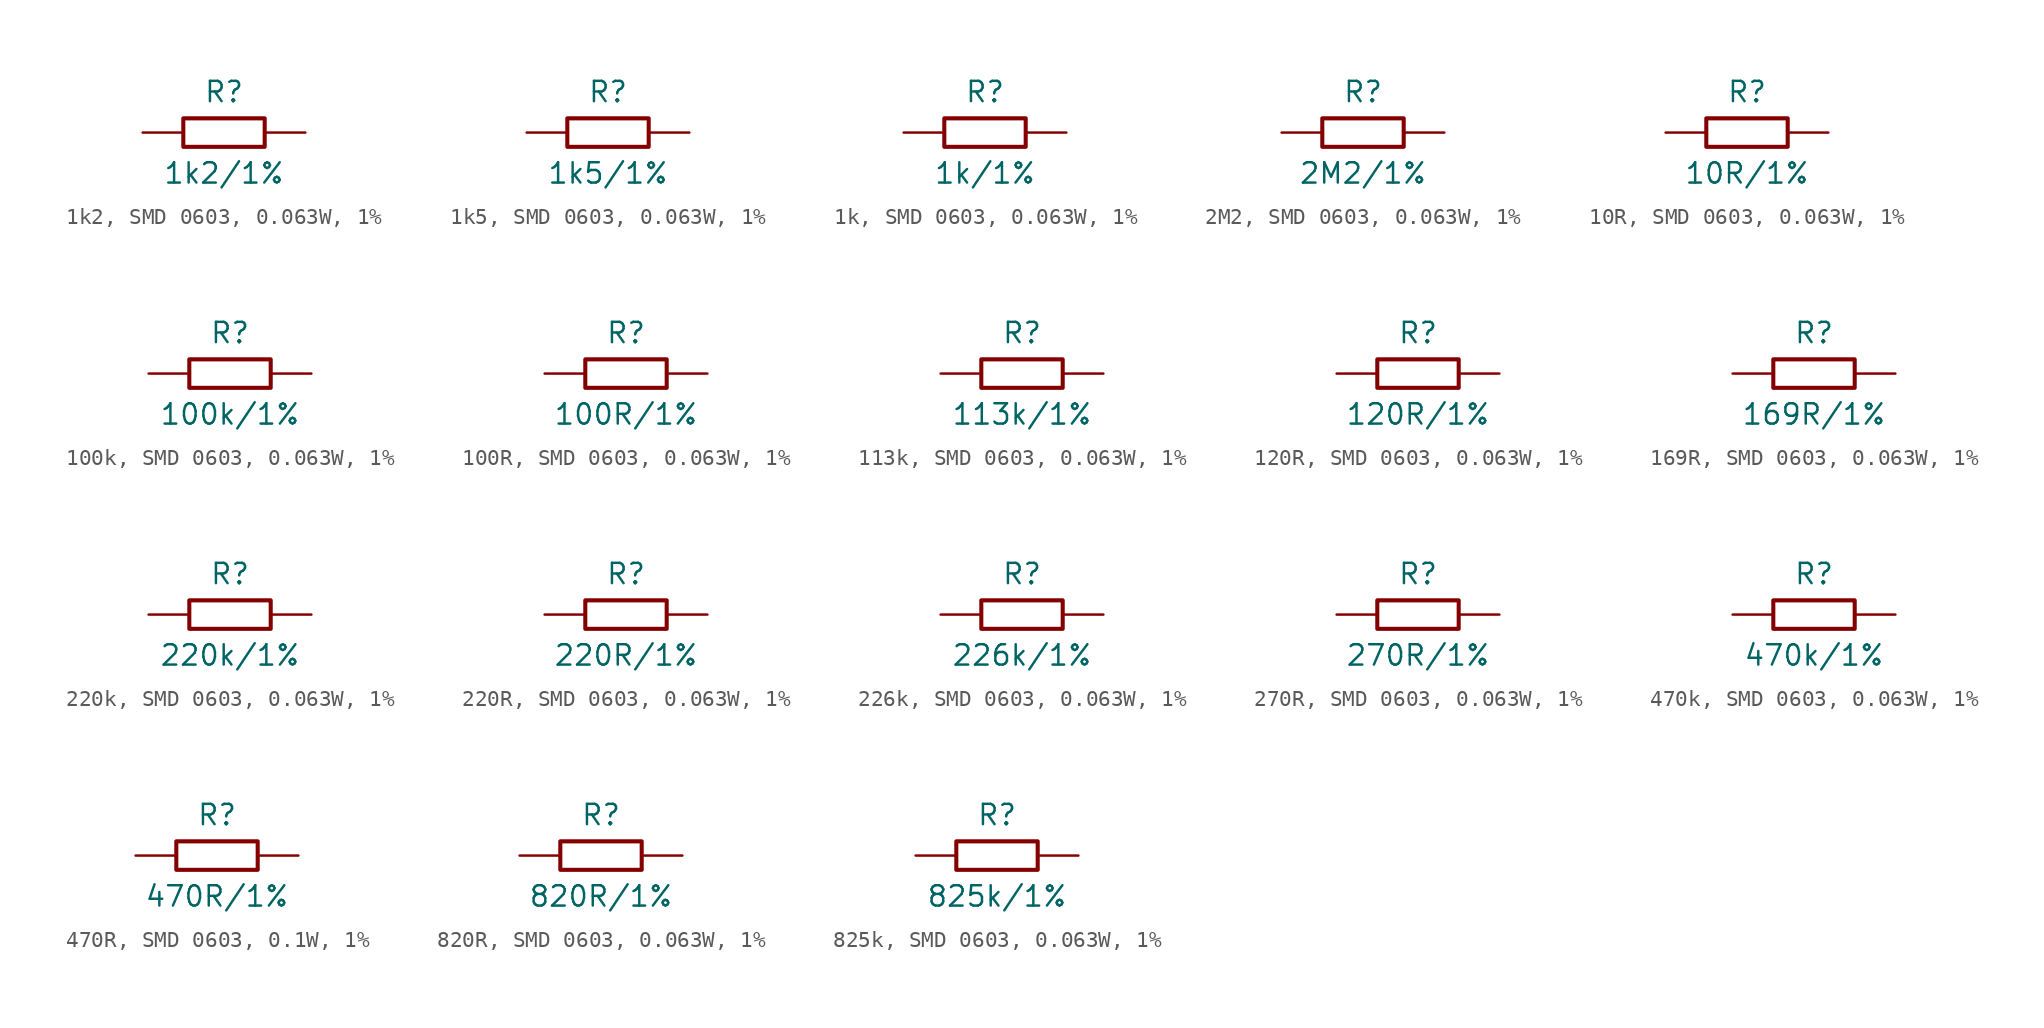
<source format=kicad_sym>
(kicad_symbol_lib
  (version 20241209)
  (generator "kicad_symbol_editor")
  (generator_version "9.0")
  (symbol "1k2, SMD 0603, 0.063W, 1%"
    (pin_numbers
      (hide yes))
    (pin_names
      (offset 0)
      (hide yes))
    (property "Reference" "R"
      (at 0 2.54 0)
      (effects (font (size 1.27 1.27))))
    (property "Value" "1k2/1%"
      (at 0 -2.54 0)
      (effects (font (size 1.27 1.27))))
    (symbol "1k2, SMD 0603, 0.063W, 1%_0_1"
      (rectangle (start -2.54 0.889) (end 2.54 -0.889) (stroke (width 0.254) (type default)) (fill (type none))))
    (symbol "1k2, SMD 0603, 0.063W, 1%_1_1"
      (pin passive line (at -5.08 0 0) (length 2.54) (name "1" (effects (font (size 1.27 1.27)))) (number "1" (effects (font (size 1.27 1.27)))))
      (pin passive line (at 5.08 0 180) (length 2.54) (name "2" (effects (font (size 1.27 1.27)))) (number "2" (effects (font (size 1.27 1.27)))))))
  (symbol "1k5, SMD 0603, 0.063W, 1%"
    (pin_numbers
      (hide yes))
    (pin_names
      (offset 0)
      (hide yes))
    (property "Reference" "R"
      (at 0 2.54 0)
      (effects (font (size 1.27 1.27))))
    (property "Value" "1k5/1%"
      (at 0 -2.54 0)
      (effects (font (size 1.27 1.27))))
    (symbol "1k5, SMD 0603, 0.063W, 1%_0_1"
      (rectangle (start -2.54 0.889) (end 2.54 -0.889) (stroke (width 0.254) (type default)) (fill (type none))))
    (symbol "1k5, SMD 0603, 0.063W, 1%_1_1"
      (pin passive line (at -5.08 0 0) (length 2.54) (name "1" (effects (font (size 1.27 1.27)))) (number "1" (effects (font (size 1.27 1.27)))))
      (pin passive line (at 5.08 0 180) (length 2.54) (name "2" (effects (font (size 1.27 1.27)))) (number "2" (effects (font (size 1.27 1.27)))))))
  (symbol "1k, SMD 0603, 0.063W, 1%"
    (pin_numbers
      (hide yes))
    (pin_names
      (offset 0)
      (hide yes))
    (property "Reference" "R"
      (at 0 2.54 0)
      (effects (font (size 1.27 1.27))))
    (property "Value" "1k/1%"
      (at 0 -2.54 0)
      (effects (font (size 1.27 1.27))))
    (symbol "1k, SMD 0603, 0.063W, 1%_0_1"
      (rectangle (start -2.54 0.889) (end 2.54 -0.889) (stroke (width 0.254) (type default)) (fill (type none))))
    (symbol "1k, SMD 0603, 0.063W, 1%_1_1"
      (pin passive line (at -5.08 0 0) (length 2.54) (name "1" (effects (font (size 1.27 1.27)))) (number "1" (effects (font (size 1.27 1.27)))))
      (pin passive line (at 5.08 0 180) (length 2.54) (name "2" (effects (font (size 1.27 1.27)))) (number "2" (effects (font (size 1.27 1.27)))))))
  (symbol "2M2, SMD 0603, 0.063W, 1%"
    (pin_numbers
      (hide yes))
    (pin_names
      (offset 0)
      (hide yes))
    (property "Reference" "R"
      (at 0 2.54 0)
      (effects (font (size 1.27 1.27))))
    (property "Value" "2M2/1%"
      (at 0 -2.54 0)
      (effects (font (size 1.27 1.27))))
    (symbol "2M2, SMD 0603, 0.063W, 1%_0_1"
      (rectangle (start -2.54 0.889) (end 2.54 -0.889) (stroke (width 0.254) (type default)) (fill (type none))))
    (symbol "2M2, SMD 0603, 0.063W, 1%_1_1"
      (pin passive line (at -5.08 0 0) (length 2.54) (name "1" (effects (font (size 1.27 1.27)))) (number "1" (effects (font (size 1.27 1.27)))))
      (pin passive line (at 5.08 0 180) (length 2.54) (name "2" (effects (font (size 1.27 1.27)))) (number "2" (effects (font (size 1.27 1.27)))))))
  (symbol "10R, SMD 0603, 0.063W, 1%"
    (pin_numbers
      (hide yes))
    (pin_names
      (offset 0)
      (hide yes))
    (property "Reference" "R"
      (at 0 2.54 0)
      (effects (font (size 1.27 1.27))))
    (property "Value" "10R/1%"
      (at 0 -2.54 0)
      (effects (font (size 1.27 1.27))))
    (symbol "10R, SMD 0603, 0.063W, 1%_0_1"
      (rectangle (start -2.54 0.889) (end 2.54 -0.889) (stroke (width 0.254) (type default)) (fill (type none))))
    (symbol "10R, SMD 0603, 0.063W, 1%_1_1"
      (pin passive line (at -5.08 0 0) (length 2.54) (name "1" (effects (font (size 1.27 1.27)))) (number "1" (effects (font (size 1.27 1.27)))))
      (pin passive line (at 5.08 0 180) (length 2.54) (name "2" (effects (font (size 1.27 1.27)))) (number "2" (effects (font (size 1.27 1.27)))))))
  (symbol "100k, SMD 0603, 0.063W, 1%"
    (pin_numbers
      (hide yes))
    (pin_names
      (offset 0)
      (hide yes))
    (property "Reference" "R"
      (at 0 2.54 0)
      (effects (font (size 1.27 1.27))))
    (property "Value" "100k/1%"
      (at 0 -2.54 0)
      (effects (font (size 1.27 1.27))))
    (symbol "100k, SMD 0603, 0.063W, 1%_0_1"
      (rectangle (start -2.54 0.889) (end 2.54 -0.889) (stroke (width 0.254) (type default)) (fill (type none))))
    (symbol "100k, SMD 0603, 0.063W, 1%_1_1"
      (pin passive line (at -5.08 0 0) (length 2.54) (name "1" (effects (font (size 1.27 1.27)))) (number "1" (effects (font (size 1.27 1.27)))))
      (pin passive line (at 5.08 0 180) (length 2.54) (name "2" (effects (font (size 1.27 1.27)))) (number "2" (effects (font (size 1.27 1.27)))))))
  (symbol "100R, SMD 0603, 0.063W, 1%"
    (pin_numbers
      (hide yes))
    (pin_names
      (offset 0)
      (hide yes))
    (property "Reference" "R"
      (at 0 2.54 0)
      (effects (font (size 1.27 1.27))))
    (property "Value" "100R/1%"
      (at 0 -2.54 0)
      (effects (font (size 1.27 1.27))))
    (symbol "100R, SMD 0603, 0.063W, 1%_0_1"
      (rectangle (start -2.54 0.889) (end 2.54 -0.889) (stroke (width 0.254) (type default)) (fill (type none))))
    (symbol "100R, SMD 0603, 0.063W, 1%_1_1"
      (pin passive line (at -5.08 0 0) (length 2.54) (name "1" (effects (font (size 1.27 1.27)))) (number "1" (effects (font (size 1.27 1.27)))))
      (pin passive line (at 5.08 0 180) (length 2.54) (name "2" (effects (font (size 1.27 1.27)))) (number "2" (effects (font (size 1.27 1.27)))))))
  (symbol "113k, SMD 0603, 0.063W, 1%"
    (pin_numbers
      (hide yes))
    (pin_names
      (offset 0)
      (hide yes))
    (property "Reference" "R"
      (at 0 2.54 0)
      (effects (font (size 1.27 1.27))))
    (property "Value" "113k/1%"
      (at 0 -2.54 0)
      (effects (font (size 1.27 1.27))))
    (symbol "113k, SMD 0603, 0.063W, 1%_0_1"
      (rectangle (start -2.54 0.889) (end 2.54 -0.889) (stroke (width 0.254) (type default)) (fill (type none))))
    (symbol "113k, SMD 0603, 0.063W, 1%_1_1"
      (pin passive line (at -5.08 0 0) (length 2.54) (name "1" (effects (font (size 1.27 1.27)))) (number "1" (effects (font (size 1.27 1.27)))))
      (pin passive line (at 5.08 0 180) (length 2.54) (name "2" (effects (font (size 1.27 1.27)))) (number "2" (effects (font (size 1.27 1.27)))))))
  (symbol "120R, SMD 0603, 0.063W, 1%"
    (pin_numbers
      (hide yes))
    (pin_names
      (offset 0)
      (hide yes))
    (property "Reference" "R"
      (at 0 2.54 0)
      (effects (font (size 1.27 1.27))))
    (property "Value" "120R/1%"
      (at 0 -2.54 0)
      (effects (font (size 1.27 1.27))))
    (symbol "120R, SMD 0603, 0.063W, 1%_0_1"
      (rectangle (start -2.54 0.889) (end 2.54 -0.889) (stroke (width 0.254) (type default)) (fill (type none))))
    (symbol "120R, SMD 0603, 0.063W, 1%_1_1"
      (pin passive line (at -5.08 0 0) (length 2.54) (name "1" (effects (font (size 1.27 1.27)))) (number "1" (effects (font (size 1.27 1.27)))))
      (pin passive line (at 5.08 0 180) (length 2.54) (name "2" (effects (font (size 1.27 1.27)))) (number "2" (effects (font (size 1.27 1.27)))))))
  (symbol "169R, SMD 0603, 0.063W, 1%"
    (pin_numbers
      (hide yes))
    (pin_names
      (offset 0)
      (hide yes))
    (property "Reference" "R"
      (at 0 2.54 0)
      (effects (font (size 1.27 1.27))))
    (property "Value" "169R/1%"
      (at 0 -2.54 0)
      (effects (font (size 1.27 1.27))))
    (symbol "169R, SMD 0603, 0.063W, 1%_0_1"
      (rectangle (start -2.54 0.889) (end 2.54 -0.889) (stroke (width 0.254) (type default)) (fill (type none))))
    (symbol "169R, SMD 0603, 0.063W, 1%_1_1"
      (pin passive line (at -5.08 0 0) (length 2.54) (name "1" (effects (font (size 1.27 1.27)))) (number "1" (effects (font (size 1.27 1.27)))))
      (pin passive line (at 5.08 0 180) (length 2.54) (name "2" (effects (font (size 1.27 1.27)))) (number "2" (effects (font (size 1.27 1.27)))))))
  (symbol "220k, SMD 0603, 0.063W, 1%"
    (pin_numbers
      (hide yes))
    (pin_names
      (offset 0)
      (hide yes))
    (property "Reference" "R"
      (at 0 2.54 0)
      (effects (font (size 1.27 1.27))))
    (property "Value" "220k/1%"
      (at 0 -2.54 0)
      (effects (font (size 1.27 1.27))))
    (symbol "220k, SMD 0603, 0.063W, 1%_0_1"
      (rectangle (start -2.54 0.889) (end 2.54 -0.889) (stroke (width 0.254) (type default)) (fill (type none))))
    (symbol "220k, SMD 0603, 0.063W, 1%_1_1"
      (pin passive line (at -5.08 0 0) (length 2.54) (name "1" (effects (font (size 1.27 1.27)))) (number "1" (effects (font (size 1.27 1.27)))))
      (pin passive line (at 5.08 0 180) (length 2.54) (name "2" (effects (font (size 1.27 1.27)))) (number "2" (effects (font (size 1.27 1.27)))))))
  (symbol "220R, SMD 0603, 0.063W, 1%"
    (pin_numbers
      (hide yes))
    (pin_names
      (offset 0)
      (hide yes))
    (property "Reference" "R"
      (at 0 2.54 0)
      (effects (font (size 1.27 1.27))))
    (property "Value" "220R/1%"
      (at 0 -2.54 0)
      (effects (font (size 1.27 1.27))))
    (symbol "220R, SMD 0603, 0.063W, 1%_0_1"
      (rectangle (start -2.54 0.889) (end 2.54 -0.889) (stroke (width 0.254) (type default)) (fill (type none))))
    (symbol "220R, SMD 0603, 0.063W, 1%_1_1"
      (pin passive line (at -5.08 0 0) (length 2.54) (name "1" (effects (font (size 1.27 1.27)))) (number "1" (effects (font (size 1.27 1.27)))))
      (pin passive line (at 5.08 0 180) (length 2.54) (name "2" (effects (font (size 1.27 1.27)))) (number "2" (effects (font (size 1.27 1.27)))))))
  (symbol "226k, SMD 0603, 0.063W, 1%"
    (pin_numbers
      (hide yes))
    (pin_names
      (offset 0)
      (hide yes))
    (property "Reference" "R"
      (at 0 2.54 0)
      (effects (font (size 1.27 1.27))))
    (property "Value" "226k/1%"
      (at 0 -2.54 0)
      (effects (font (size 1.27 1.27))))
    (symbol "226k, SMD 0603, 0.063W, 1%_0_1"
      (rectangle (start -2.54 0.889) (end 2.54 -0.889) (stroke (width 0.254) (type default)) (fill (type none))))
    (symbol "226k, SMD 0603, 0.063W, 1%_1_1"
      (pin passive line (at -5.08 0 0) (length 2.54) (name "1" (effects (font (size 1.27 1.27)))) (number "1" (effects (font (size 1.27 1.27)))))
      (pin passive line (at 5.08 0 180) (length 2.54) (name "2" (effects (font (size 1.27 1.27)))) (number "2" (effects (font (size 1.27 1.27)))))))
  (symbol "270R, SMD 0603, 0.063W, 1%"
    (pin_numbers
      (hide yes))
    (pin_names
      (offset 0)
      (hide yes))
    (property "Reference" "R"
      (at 0 2.54 0)
      (effects (font (size 1.27 1.27))))
    (property "Value" "270R/1%"
      (at 0 -2.54 0)
      (effects (font (size 1.27 1.27))))
    (symbol "270R, SMD 0603, 0.063W, 1%_0_1"
      (rectangle (start -2.54 0.889) (end 2.54 -0.889) (stroke (width 0.254) (type default)) (fill (type none))))
    (symbol "270R, SMD 0603, 0.063W, 1%_1_1"
      (pin passive line (at -5.08 0 0) (length 2.54) (name "1" (effects (font (size 1.27 1.27)))) (number "1" (effects (font (size 1.27 1.27)))))
      (pin passive line (at 5.08 0 180) (length 2.54) (name "2" (effects (font (size 1.27 1.27)))) (number "2" (effects (font (size 1.27 1.27)))))))
  (symbol "470k, SMD 0603, 0.063W, 1%"
    (pin_numbers
      (hide yes))
    (pin_names
      (offset 0)
      (hide yes))
    (property "Reference" "R"
      (at 0 2.54 0)
      (effects (font (size 1.27 1.27))))
    (property "Value" "470k/1%"
      (at 0 -2.54 0)
      (effects (font (size 1.27 1.27))))
    (symbol "470k, SMD 0603, 0.063W, 1%_0_1"
      (rectangle (start -2.54 0.889) (end 2.54 -0.889) (stroke (width 0.254) (type default)) (fill (type none))))
    (symbol "470k, SMD 0603, 0.063W, 1%_1_1"
      (pin passive line (at -5.08 0 0) (length 2.54) (name "1" (effects (font (size 1.27 1.27)))) (number "1" (effects (font (size 1.27 1.27)))))
      (pin passive line (at 5.08 0 180) (length 2.54) (name "2" (effects (font (size 1.27 1.27)))) (number "2" (effects (font (size 1.27 1.27)))))))
  (symbol "470R, SMD 0603, 0.1W, 1%"
    (pin_numbers
      (hide yes))
    (pin_names
      (offset 0)
      (hide yes))
    (property "Reference" "R"
      (at 0 2.54 0)
      (effects (font (size 1.27 1.27))))
    (property "Value" "470R/1%"
      (at 0 -2.54 0)
      (effects (font (size 1.27 1.27))))
    (symbol "470R, SMD 0603, 0.1W, 1%_0_1"
      (rectangle (start -2.54 0.889) (end 2.54 -0.889) (stroke (width 0.254) (type default)) (fill (type none))))
    (symbol "470R, SMD 0603, 0.1W, 1%_1_1"
      (pin passive line (at -5.08 0 0) (length 2.54) (name "1" (effects (font (size 1.27 1.27)))) (number "1" (effects (font (size 1.27 1.27)))))
      (pin passive line (at 5.08 0 180) (length 2.54) (name "2" (effects (font (size 1.27 1.27)))) (number "2" (effects (font (size 1.27 1.27)))))))
  (symbol "820R, SMD 0603, 0.063W, 1%"
    (pin_numbers
      (hide yes))
    (pin_names
      (offset 0)
      (hide yes))
    (property "Reference" "R"
      (at 0 2.54 0)
      (effects (font (size 1.27 1.27))))
    (property "Value" "820R/1%"
      (at 0 -2.54 0)
      (effects (font (size 1.27 1.27))))
    (symbol "820R, SMD 0603, 0.063W, 1%_0_1"
      (rectangle (start -2.54 0.889) (end 2.54 -0.889) (stroke (width 0.254) (type default)) (fill (type none))))
    (symbol "820R, SMD 0603, 0.063W, 1%_1_1"
      (pin passive line (at -5.08 0 0) (length 2.54) (name "1" (effects (font (size 1.27 1.27)))) (number "1" (effects (font (size 1.27 1.27)))))
      (pin passive line (at 5.08 0 180) (length 2.54) (name "2" (effects (font (size 1.27 1.27)))) (number "2" (effects (font (size 1.27 1.27)))))))
  (symbol "825k, SMD 0603, 0.063W, 1%"
    (pin_numbers
      (hide yes))
    (pin_names
      (offset 0)
      (hide yes))
    (property "Reference" "R"
      (at 0 2.54 0)
      (effects (font (size 1.27 1.27))))
    (property "Value" "825k/1%"
      (at 0 -2.54 0)
      (effects (font (size 1.27 1.27))))
    (symbol "825k, SMD 0603, 0.063W, 1%_0_1"
      (rectangle (start -2.54 0.889) (end 2.54 -0.889) (stroke (width 0.254) (type default)) (fill (type none))))
    (symbol "825k, SMD 0603, 0.063W, 1%_1_1"
      (pin passive line (at -5.08 0 0) (length 2.54) (name "1" (effects (font (size 1.27 1.27)))) (number "1" (effects (font (size 1.27 1.27)))))
      (pin passive line (at 5.08 0 180) (length 2.54) (name "2" (effects (font (size 1.27 1.27)))) (number "2" (effects (font (size 1.27 1.27))))))))
</source>
